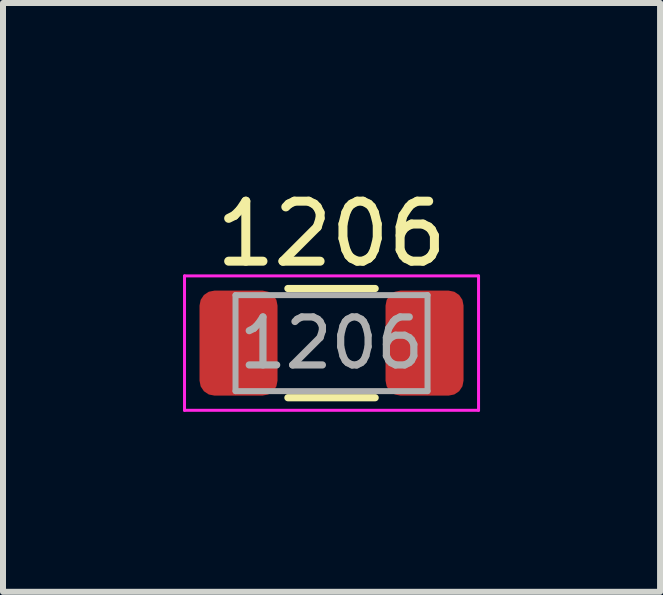
<source format=kicad_pcb>
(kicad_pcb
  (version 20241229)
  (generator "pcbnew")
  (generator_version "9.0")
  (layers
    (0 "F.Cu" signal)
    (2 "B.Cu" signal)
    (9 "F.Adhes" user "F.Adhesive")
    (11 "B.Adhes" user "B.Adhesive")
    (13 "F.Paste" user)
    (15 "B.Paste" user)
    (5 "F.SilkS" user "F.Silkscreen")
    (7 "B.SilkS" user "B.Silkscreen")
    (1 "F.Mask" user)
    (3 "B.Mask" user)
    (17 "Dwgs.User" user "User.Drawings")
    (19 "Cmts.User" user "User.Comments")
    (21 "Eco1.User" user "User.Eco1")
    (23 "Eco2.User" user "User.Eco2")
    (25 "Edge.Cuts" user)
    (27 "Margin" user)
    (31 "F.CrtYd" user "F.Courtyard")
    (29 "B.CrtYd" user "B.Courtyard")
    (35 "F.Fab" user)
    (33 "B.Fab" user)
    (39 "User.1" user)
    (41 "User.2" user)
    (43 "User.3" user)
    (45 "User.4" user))
  (footprint "1206"
    (layer "F.Cu")
    (at 2.475 2.668)
    (property "Reference" "1206" (at 0 -1.82 0) (layer "F.SilkS") (effects (font (size 1 1) (thickness 0.15))))
    (attr smd)
    (fp_line (start -0.727 -0.91) (end 0.727 -0.91) (stroke (width 0.12) (type solid)) (layer "F.SilkS"))
    (fp_line (start -0.727 0.91) (end 0.727 0.91) (stroke (width 0.12) (type solid)) (layer "F.SilkS"))
    (fp_line (start -2.45 -1.12) (end 2.45 -1.12) (stroke (width 0.05) (type solid)) (layer "F.CrtYd"))
    (fp_line (start -2.45 1.12) (end -2.45 -1.12) (stroke (width 0.05) (type solid)) (layer "F.CrtYd"))
    (fp_line (start 2.45 -1.12) (end 2.45 1.12) (stroke (width 0.05) (type solid)) (layer "F.CrtYd"))
    (fp_line (start 2.45 1.12) (end -2.45 1.12) (stroke (width 0.05) (type solid)) (layer "F.CrtYd"))
    (fp_line (start -1.6 -0.8) (end 1.6 -0.8) (stroke (width 0.1) (type solid)) (layer "F.Fab"))
    (fp_line (start -1.6 0.8) (end -1.6 -0.8) (stroke (width 0.1) (type solid)) (layer "F.Fab"))
    (fp_line (start 1.6 -0.8) (end 1.6 0.8) (stroke (width 0.1) (type solid)) (layer "F.Fab"))
    (fp_line (start 1.6 0.8) (end -1.6 0.8) (stroke (width 0.1) (type solid)) (layer "F.Fab"))
    (fp_text user "${REFERENCE}" (at 0 0 0) (layer "F.Fab") (effects (font (size 0.8 0.8) (thickness 0.12))))
    (pad "1" smd roundrect (at -1.55 0) (size 1.3 1.75) (layers "F.Cu" "F.Mask" "F.Paste") (roundrect_rratio 0.192))
    (pad "2" smd roundrect (at 1.55 0) (size 1.3 1.75) (layers "F.Cu" "F.Mask" "F.Paste") (roundrect_rratio 0.192)))
  (gr_rect
    (start -3 -3)
    (end 7.95 6.813)
    (stroke (width 0.1) (type default))
    (fill no)
    (layer "Edge.Cuts")))
</source>
